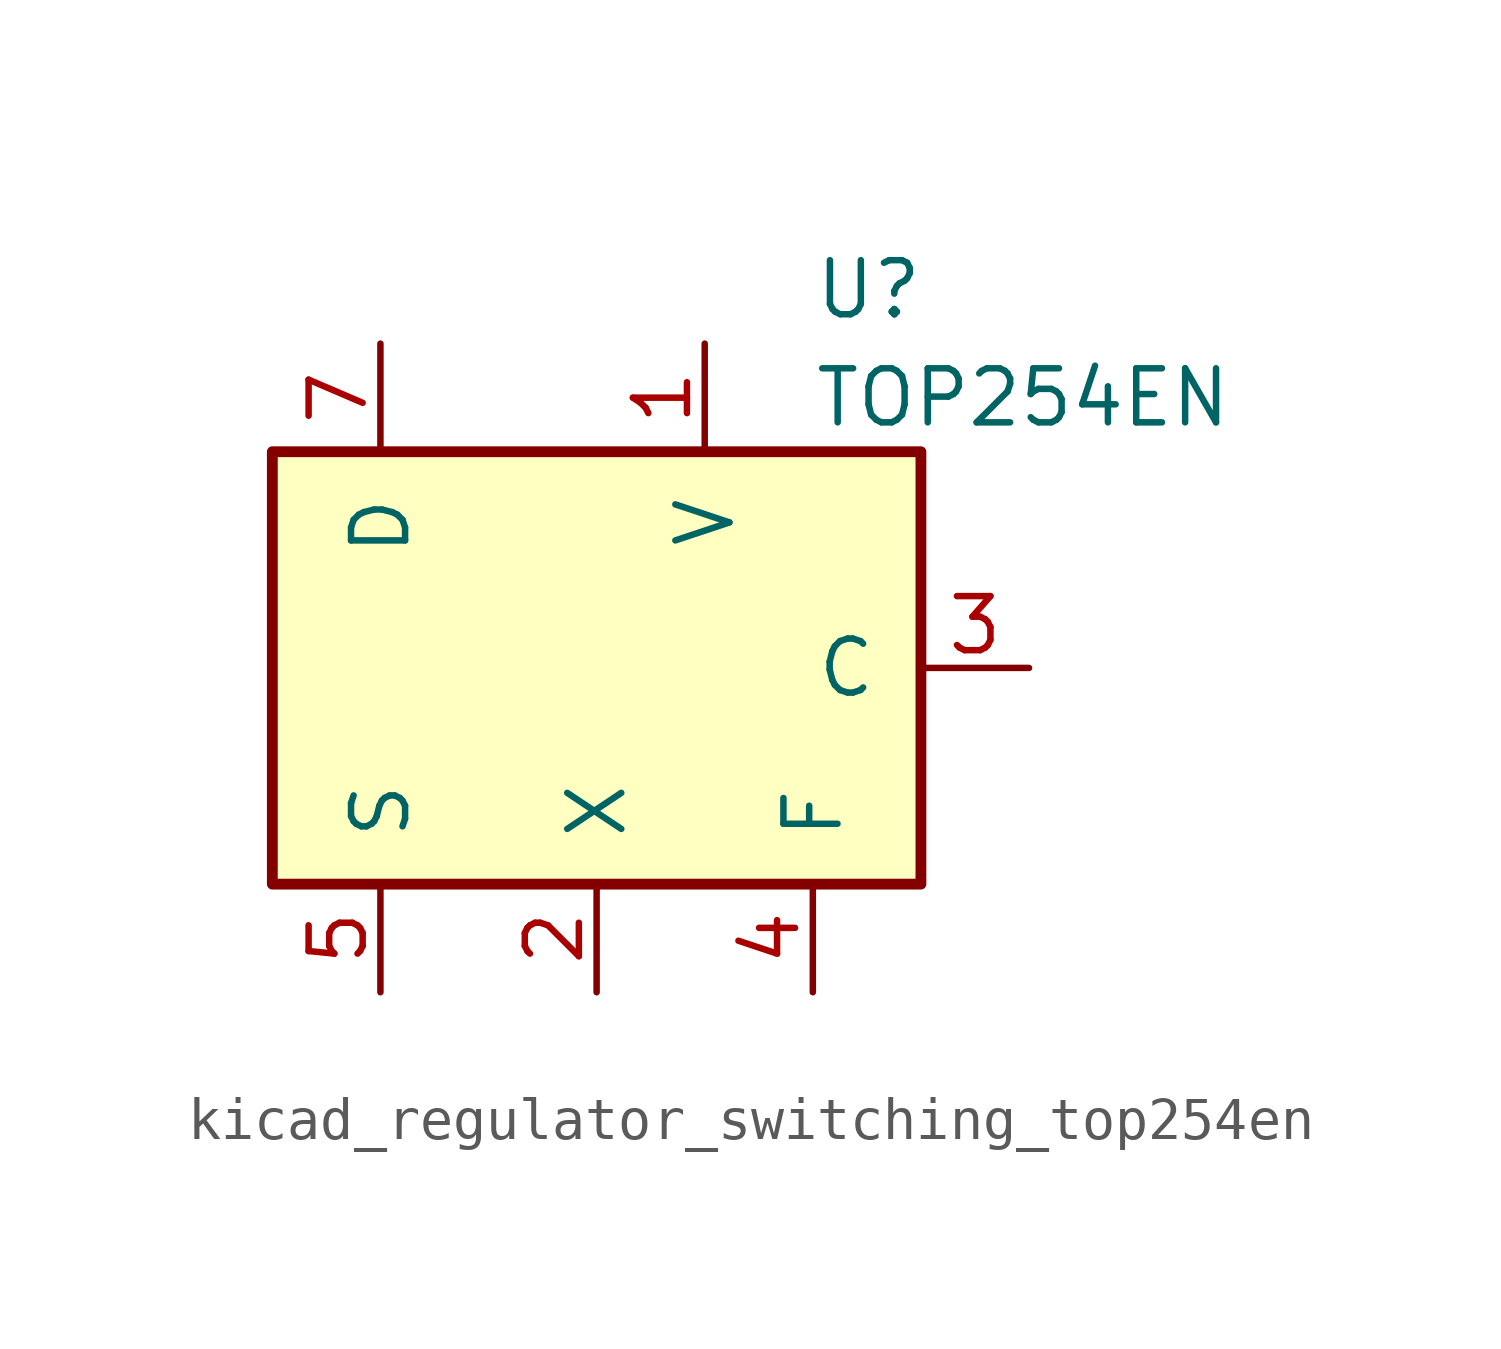
<source format=kicad_sym>
(kicad_symbol_lib
  (version 20220914)
  (generator kicad_symbol_editor)
  (symbol "kicad_regulator_switching_top254en"
    (pin_names
      (offset 1.016))
    (property "Reference" "U"
      (at 5.08 8.89 0)
      (effects (font (size 1.27 1.27)) (justify left)))
    (property "Value" "TOP254EN"
      (at 5.08 6.35 0)
      (effects (font (size 1.27 1.27)) (justify left)))
    (symbol "kicad_regulator_switching_top254en_0_1"
      (rectangle (start -7.62 5.08) (end 7.62 -5.08) (stroke (width 0.254) (type default)) (fill (type background))))
    (symbol "kicad_regulator_switching_top254en_1_1"
      (pin input line (at 2.54 7.62 270) (length 2.54) (name "V" (effects (font (size 1.27 1.27)))) (number "1" (effects (font (size 1.27 1.27)))))
      (pin input line (at 0 -7.62 90) (length 2.54) (name "X" (effects (font (size 1.27 1.27)))) (number "2" (effects (font (size 1.27 1.27)))))
      (pin input line (at 10.16 0 180) (length 2.54) (name "C" (effects (font (size 1.27 1.27)))) (number "3" (effects (font (size 1.27 1.27)))))
      (pin passive line (at 5.08 -7.62 90) (length 2.54) (name "F" (effects (font (size 1.27 1.27)))) (number "4" (effects (font (size 1.27 1.27)))))
      (pin power_in line (at -5.08 -7.62 90) (length 2.54) (name "S" (effects (font (size 1.27 1.27)))) (number "5" (effects (font (size 1.27 1.27)))))
      (pin open_collector line (at -5.08 7.62 270) (length 2.54) (name "D" (effects (font (size 1.27 1.27)))) (number "7" (effects (font (size 1.27 1.27))))))))
</source>
